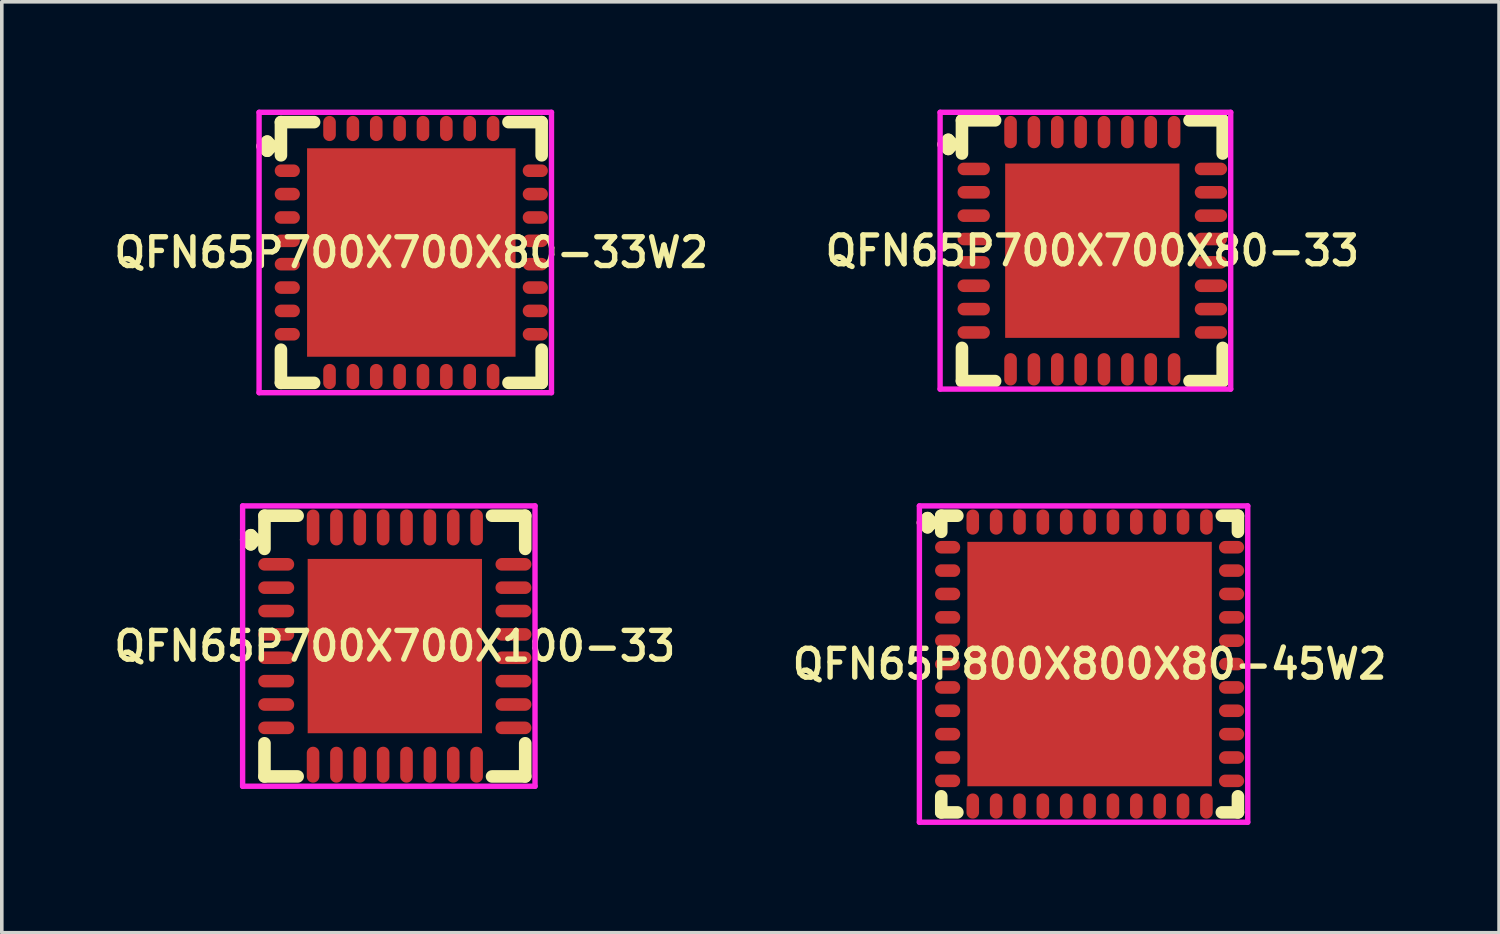
<source format=kicad_pcb>
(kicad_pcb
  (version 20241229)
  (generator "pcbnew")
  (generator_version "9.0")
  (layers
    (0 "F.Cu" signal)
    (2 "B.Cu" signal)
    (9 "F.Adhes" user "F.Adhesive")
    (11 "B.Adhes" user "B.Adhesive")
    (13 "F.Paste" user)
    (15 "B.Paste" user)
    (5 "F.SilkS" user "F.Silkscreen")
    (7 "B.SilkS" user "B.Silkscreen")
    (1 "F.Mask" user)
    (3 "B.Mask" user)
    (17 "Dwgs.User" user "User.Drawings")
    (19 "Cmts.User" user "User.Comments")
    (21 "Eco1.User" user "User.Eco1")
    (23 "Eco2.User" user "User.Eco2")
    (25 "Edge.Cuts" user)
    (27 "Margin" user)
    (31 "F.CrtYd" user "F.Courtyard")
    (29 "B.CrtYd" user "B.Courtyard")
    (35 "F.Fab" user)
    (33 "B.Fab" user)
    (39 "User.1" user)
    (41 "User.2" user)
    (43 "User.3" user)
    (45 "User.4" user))
  (footprint "QFN65P700X700X80-33W2"
    (layer "F.Cu")
    (at 8.393 3.975)
    (property "Reference" "QFN65P700X700X80-33W2" (at 0 0 0) (layer "F.SilkS") (effects (font (size 0.8 0.8) (thickness 0.15))))
    (attr through_hole)
    (fp_line (start -4.135 -2.958) (end -4.008 -3.085) (stroke (width 0.35) (type solid)) (layer "F.SilkS"))
    (fp_line (start -4.008 -3.085) (end -3.881 -2.958) (stroke (width 0.35) (type solid)) (layer "F.SilkS"))
    (fp_line (start -4.008 -2.831) (end -4.135 -2.958) (stroke (width 0.35) (type solid)) (layer "F.SilkS"))
    (fp_line (start -3.881 -2.958) (end -4.008 -2.831) (stroke (width 0.35) (type solid)) (layer "F.SilkS"))
    (fp_line (start -3.627 -3.627) (end -2.704 -3.627) (stroke (width 0.35) (type solid)) (layer "F.SilkS"))
    (fp_line (start -3.627 -2.704) (end -3.627 -3.627) (stroke (width 0.35) (type solid)) (layer "F.SilkS"))
    (fp_line (start -3.627 2.704) (end -3.627 3.627) (stroke (width 0.35) (type solid)) (layer "F.SilkS"))
    (fp_line (start -3.627 3.627) (end -2.704 3.627) (stroke (width 0.35) (type solid)) (layer "F.SilkS"))
    (fp_line (start 2.704 -3.627) (end 3.627 -3.627) (stroke (width 0.35) (type solid)) (layer "F.SilkS"))
    (fp_line (start 2.704 3.627) (end 3.627 3.627) (stroke (width 0.35) (type solid)) (layer "F.SilkS"))
    (fp_line (start 3.627 -3.627) (end 3.627 -2.704) (stroke (width 0.35) (type solid)) (layer "F.SilkS"))
    (fp_line (start 3.627 3.627) (end 3.627 2.704) (stroke (width 0.35) (type solid)) (layer "F.SilkS"))
    (fp_line (start -4.235 -3.9) (end 3.9 -3.9) (stroke (width 0.15) (type solid)) (layer "F.CrtYd"))
    (fp_line (start -4.235 3.9) (end -4.235 -3.9) (stroke (width 0.15) (type solid)) (layer "F.CrtYd"))
    (fp_line (start 3.9 -3.9) (end 3.9 3.9) (stroke (width 0.15) (type solid)) (layer "F.CrtYd"))
    (fp_line (start 3.9 3.9) (end -4.235 3.9) (stroke (width 0.15) (type solid)) (layer "F.CrtYd"))
    (pad "1" smd oval (at -3.45 -2.275) (size 0.7 0.35) (layers "F.Cu" "F.Mask" "F.Paste"))
    (pad "2" smd oval (at -3.45 -1.625) (size 0.7 0.35) (layers "F.Cu" "F.Mask" "F.Paste"))
    (pad "3" smd oval (at -3.45 -0.975) (size 0.7 0.35) (layers "F.Cu" "F.Mask" "F.Paste"))
    (pad "4" smd oval (at -3.45 -0.325) (size 0.7 0.35) (layers "F.Cu" "F.Mask" "F.Paste"))
    (pad "5" smd oval (at -3.45 0.325) (size 0.7 0.35) (layers "F.Cu" "F.Mask" "F.Paste"))
    (pad "6" smd oval (at -3.45 0.975) (size 0.7 0.35) (layers "F.Cu" "F.Mask" "F.Paste"))
    (pad "7" smd oval (at -3.45 1.625) (size 0.7 0.35) (layers "F.Cu" "F.Mask" "F.Paste"))
    (pad "8" smd oval (at -3.45 2.275) (size 0.7 0.35) (layers "F.Cu" "F.Mask" "F.Paste"))
    (pad "9" smd oval (at -2.275 3.45) (size 0.35 0.7) (layers "F.Cu" "F.Mask" "F.Paste"))
    (pad "10" smd oval (at -1.625 3.45) (size 0.35 0.7) (layers "F.Cu" "F.Mask" "F.Paste"))
    (pad "11" smd oval (at -0.975 3.45) (size 0.35 0.7) (layers "F.Cu" "F.Mask" "F.Paste"))
    (pad "12" smd oval (at -0.325 3.45) (size 0.35 0.7) (layers "F.Cu" "F.Mask" "F.Paste"))
    (pad "13" smd oval (at 0.325 3.45) (size 0.35 0.7) (layers "F.Cu" "F.Mask" "F.Paste"))
    (pad "14" smd oval (at 0.975 3.45) (size 0.35 0.7) (layers "F.Cu" "F.Mask" "F.Paste"))
    (pad "15" smd oval (at 1.625 3.45) (size 0.35 0.7) (layers "F.Cu" "F.Mask" "F.Paste"))
    (pad "16" smd oval (at 2.275 3.45) (size 0.35 0.7) (layers "F.Cu" "F.Mask" "F.Paste"))
    (pad "17" smd oval (at 3.45 2.275) (size 0.7 0.35) (layers "F.Cu" "F.Mask" "F.Paste"))
    (pad "18" smd oval (at 3.45 1.625) (size 0.7 0.35) (layers "F.Cu" "F.Mask" "F.Paste"))
    (pad "19" smd oval (at 3.45 0.975) (size 0.7 0.35) (layers "F.Cu" "F.Mask" "F.Paste"))
    (pad "20" smd oval (at 3.45 0.325) (size 0.7 0.35) (layers "F.Cu" "F.Mask" "F.Paste"))
    (pad "21" smd oval (at 3.45 -0.325) (size 0.7 0.35) (layers "F.Cu" "F.Mask" "F.Paste"))
    (pad "22" smd oval (at 3.45 -0.975) (size 0.7 0.35) (layers "F.Cu" "F.Mask" "F.Paste"))
    (pad "23" smd oval (at 3.45 -1.625) (size 0.7 0.35) (layers "F.Cu" "F.Mask" "F.Paste"))
    (pad "24" smd oval (at 3.45 -2.275) (size 0.7 0.35) (layers "F.Cu" "F.Mask" "F.Paste"))
    (pad "25" smd oval (at 2.275 -3.45) (size 0.35 0.7) (layers "F.Cu" "F.Mask" "F.Paste"))
    (pad "26" smd oval (at 1.625 -3.45) (size 0.35 0.7) (layers "F.Cu" "F.Mask" "F.Paste"))
    (pad "27" smd oval (at 0.975 -3.45) (size 0.35 0.7) (layers "F.Cu" "F.Mask" "F.Paste"))
    (pad "28" smd oval (at 0.325 -3.45) (size 0.35 0.7) (layers "F.Cu" "F.Mask" "F.Paste"))
    (pad "29" smd oval (at -0.325 -3.45) (size 0.35 0.7) (layers "F.Cu" "F.Mask" "F.Paste"))
    (pad "30" smd oval (at -0.975 -3.45) (size 0.35 0.7) (layers "F.Cu" "F.Mask" "F.Paste"))
    (pad "31" smd oval (at -1.625 -3.45) (size 0.35 0.7) (layers "F.Cu" "F.Mask" "F.Paste"))
    (pad "32" smd oval (at -2.275 -3.45) (size 0.35 0.7) (layers "F.Cu" "F.Mask" "F.Paste"))
    (pad "33" smd rect (at 0 0) (size 5.8 5.8) (layers "F.Cu" "F.Mask" "F.Paste")))
  (footprint "QFN65P800X800X80-45W2"
    (layer "F.Cu")
    (at 27.264 15.425)
    (property "Reference" "QFN65P800X800X80-45W2" (at 0 0 0) (layer "F.SilkS") (effects (font (size 0.8 0.8) (thickness 0.15))))
    (attr smd)
    (fp_line (start -4.635 -3.933) (end -4.508 -4.06) (stroke (width 0.35) (type solid)) (layer "F.SilkS"))
    (fp_line (start -4.508 -4.06) (end -4.381 -3.933) (stroke (width 0.35) (type solid)) (layer "F.SilkS"))
    (fp_line (start -4.508 -3.806) (end -4.635 -3.933) (stroke (width 0.35) (type solid)) (layer "F.SilkS"))
    (fp_line (start -4.381 -3.933) (end -4.508 -3.806) (stroke (width 0.35) (type solid)) (layer "F.SilkS"))
    (fp_line (start -4.127 -4.127) (end -3.679 -4.127) (stroke (width 0.35) (type solid)) (layer "F.SilkS"))
    (fp_line (start -4.127 -3.679) (end -4.127 -4.127) (stroke (width 0.35) (type solid)) (layer "F.SilkS"))
    (fp_line (start -4.127 3.679) (end -4.127 4.127) (stroke (width 0.35) (type solid)) (layer "F.SilkS"))
    (fp_line (start -4.127 4.127) (end -3.679 4.127) (stroke (width 0.35) (type solid)) (layer "F.SilkS"))
    (fp_line (start 3.679 -4.127) (end 4.127 -4.127) (stroke (width 0.35) (type solid)) (layer "F.SilkS"))
    (fp_line (start 3.679 4.127) (end 4.127 4.127) (stroke (width 0.35) (type solid)) (layer "F.SilkS"))
    (fp_line (start 4.127 -4.127) (end 4.127 -3.679) (stroke (width 0.35) (type solid)) (layer "F.SilkS"))
    (fp_line (start 4.127 4.127) (end 4.127 3.679) (stroke (width 0.35) (type solid)) (layer "F.SilkS"))
    (fp_line (start -4.735 -4.4) (end 4.4 -4.4) (stroke (width 0.15) (type solid)) (layer "F.CrtYd"))
    (fp_line (start -4.735 4.4) (end -4.735 -4.4) (stroke (width 0.15) (type solid)) (layer "F.CrtYd"))
    (fp_line (start 4.4 -4.4) (end 4.4 4.4) (stroke (width 0.15) (type solid)) (layer "F.CrtYd"))
    (fp_line (start 4.4 4.4) (end -4.735 4.4) (stroke (width 0.15) (type solid)) (layer "F.CrtYd"))
    (pad "1" smd oval (at -3.95 -3.25) (size 0.7 0.35) (layers "F.Cu" "F.Mask" "F.Paste"))
    (pad "2" smd oval (at -3.95 -2.6) (size 0.7 0.35) (layers "F.Cu" "F.Mask" "F.Paste"))
    (pad "3" smd oval (at -3.95 -1.95) (size 0.7 0.35) (layers "F.Cu" "F.Mask" "F.Paste"))
    (pad "4" smd oval (at -3.95 -1.3) (size 0.7 0.35) (layers "F.Cu" "F.Mask" "F.Paste"))
    (pad "5" smd oval (at -3.95 -0.65) (size 0.7 0.35) (layers "F.Cu" "F.Mask" "F.Paste"))
    (pad "6" smd oval (at -3.95 0) (size 0.7 0.35) (layers "F.Cu" "F.Mask" "F.Paste"))
    (pad "7" smd oval (at -3.95 0.65) (size 0.7 0.35) (layers "F.Cu" "F.Mask" "F.Paste"))
    (pad "8" smd oval (at -3.95 1.3) (size 0.7 0.35) (layers "F.Cu" "F.Mask" "F.Paste"))
    (pad "9" smd oval (at -3.95 1.95) (size 0.7 0.35) (layers "F.Cu" "F.Mask" "F.Paste"))
    (pad "10" smd oval (at -3.95 2.6) (size 0.7 0.35) (layers "F.Cu" "F.Mask" "F.Paste"))
    (pad "11" smd oval (at -3.95 3.25) (size 0.7 0.35) (layers "F.Cu" "F.Mask" "F.Paste"))
    (pad "12" smd oval (at -3.25 3.95) (size 0.35 0.7) (layers "F.Cu" "F.Mask" "F.Paste"))
    (pad "13" smd oval (at -2.6 3.95) (size 0.35 0.7) (layers "F.Cu" "F.Mask" "F.Paste"))
    (pad "14" smd oval (at -1.95 3.95) (size 0.35 0.7) (layers "F.Cu" "F.Mask" "F.Paste"))
    (pad "15" smd oval (at -1.3 3.95) (size 0.35 0.7) (layers "F.Cu" "F.Mask" "F.Paste"))
    (pad "16" smd oval (at -0.65 3.95) (size 0.35 0.7) (layers "F.Cu" "F.Mask" "F.Paste"))
    (pad "17" smd oval (at 0 3.95) (size 0.35 0.7) (layers "F.Cu" "F.Mask" "F.Paste"))
    (pad "18" smd oval (at 0.65 3.95) (size 0.35 0.7) (layers "F.Cu" "F.Mask" "F.Paste"))
    (pad "19" smd oval (at 1.3 3.95) (size 0.35 0.7) (layers "F.Cu" "F.Mask" "F.Paste"))
    (pad "20" smd oval (at 1.95 3.95) (size 0.35 0.7) (layers "F.Cu" "F.Mask" "F.Paste"))
    (pad "21" smd oval (at 2.6 3.95) (size 0.35 0.7) (layers "F.Cu" "F.Mask" "F.Paste"))
    (pad "22" smd oval (at 3.25 3.95) (size 0.35 0.7) (layers "F.Cu" "F.Mask" "F.Paste"))
    (pad "23" smd oval (at 3.95 3.25) (size 0.7 0.35) (layers "F.Cu" "F.Mask" "F.Paste"))
    (pad "24" smd oval (at 3.95 2.6) (size 0.7 0.35) (layers "F.Cu" "F.Mask" "F.Paste"))
    (pad "25" smd oval (at 3.95 1.95) (size 0.7 0.35) (layers "F.Cu" "F.Mask" "F.Paste"))
    (pad "26" smd oval (at 3.95 1.3) (size 0.7 0.35) (layers "F.Cu" "F.Mask" "F.Paste"))
    (pad "27" smd oval (at 3.95 0.65) (size 0.7 0.35) (layers "F.Cu" "F.Mask" "F.Paste"))
    (pad "28" smd oval (at 3.95 0) (size 0.7 0.35) (layers "F.Cu" "F.Mask" "F.Paste"))
    (pad "29" smd oval (at 3.95 -0.65) (size 0.7 0.35) (layers "F.Cu" "F.Mask" "F.Paste"))
    (pad "30" smd oval (at 3.95 -1.3) (size 0.7 0.35) (layers "F.Cu" "F.Mask" "F.Paste"))
    (pad "31" smd oval (at 3.95 -1.95) (size 0.7 0.35) (layers "F.Cu" "F.Mask" "F.Paste"))
    (pad "32" smd oval (at 3.95 -2.6) (size 0.7 0.35) (layers "F.Cu" "F.Mask" "F.Paste"))
    (pad "33" smd oval (at 3.95 -3.25) (size 0.7 0.35) (layers "F.Cu" "F.Mask" "F.Paste"))
    (pad "34" smd oval (at 3.25 -3.95) (size 0.35 0.7) (layers "F.Cu" "F.Mask" "F.Paste"))
    (pad "35" smd oval (at 2.6 -3.95) (size 0.35 0.7) (layers "F.Cu" "F.Mask" "F.Paste"))
    (pad "36" smd oval (at 1.95 -3.95) (size 0.35 0.7) (layers "F.Cu" "F.Mask" "F.Paste"))
    (pad "37" smd oval (at 1.3 -3.95) (size 0.35 0.7) (layers "F.Cu" "F.Mask" "F.Paste"))
    (pad "38" smd oval (at 0.65 -3.95) (size 0.35 0.7) (layers "F.Cu" "F.Mask" "F.Paste"))
    (pad "39" smd oval (at 0 -3.95) (size 0.35 0.7) (layers "F.Cu" "F.Mask" "F.Paste"))
    (pad "40" smd oval (at -0.65 -3.95) (size 0.35 0.7) (layers "F.Cu" "F.Mask" "F.Paste"))
    (pad "41" smd oval (at -1.3 -3.95) (size 0.35 0.7) (layers "F.Cu" "F.Mask" "F.Paste"))
    (pad "42" smd oval (at -1.95 -3.95) (size 0.35 0.7) (layers "F.Cu" "F.Mask" "F.Paste"))
    (pad "43" smd oval (at -2.6 -3.95) (size 0.35 0.7) (layers "F.Cu" "F.Mask" "F.Paste"))
    (pad "44" smd oval (at -3.25 -3.95) (size 0.35 0.7) (layers "F.Cu" "F.Mask" "F.Paste"))
    (pad "45" smd rect (at 0 0) (size 6.8 6.8) (layers "F.Cu" "F.Mask" "F.Paste")))
  (footprint "QFN65P700X700X100-33"
    (layer "F.Cu")
    (at 7.935 14.925)
    (property "Reference" "QFN65P700X700X100-33" (at 0 0 0) (layer "F.SilkS") (effects (font (size 0.8 0.8) (thickness 0.15))))
    (attr smd)
    (fp_line (start -4.135 -2.958) (end -4.008 -3.085) (stroke (width 0.35) (type solid)) (layer "F.SilkS"))
    (fp_line (start -4.008 -3.085) (end -3.881 -2.958) (stroke (width 0.35) (type solid)) (layer "F.SilkS"))
    (fp_line (start -4.008 -2.831) (end -4.135 -2.958) (stroke (width 0.35) (type solid)) (layer "F.SilkS"))
    (fp_line (start -3.881 -2.958) (end -4.008 -2.831) (stroke (width 0.35) (type solid)) (layer "F.SilkS"))
    (fp_line (start -3.627 -3.627) (end -2.704 -3.627) (stroke (width 0.35) (type solid)) (layer "F.SilkS"))
    (fp_line (start -3.627 -2.704) (end -3.627 -3.627) (stroke (width 0.35) (type solid)) (layer "F.SilkS"))
    (fp_line (start -3.627 2.704) (end -3.627 3.627) (stroke (width 0.35) (type solid)) (layer "F.SilkS"))
    (fp_line (start -3.627 3.627) (end -2.704 3.627) (stroke (width 0.35) (type solid)) (layer "F.SilkS"))
    (fp_line (start 2.704 -3.627) (end 3.627 -3.627) (stroke (width 0.35) (type solid)) (layer "F.SilkS"))
    (fp_line (start 2.704 3.627) (end 3.627 3.627) (stroke (width 0.35) (type solid)) (layer "F.SilkS"))
    (fp_line (start 3.627 -3.627) (end 3.627 -2.704) (stroke (width 0.35) (type solid)) (layer "F.SilkS"))
    (fp_line (start 3.627 3.627) (end 3.627 2.704) (stroke (width 0.35) (type solid)) (layer "F.SilkS"))
    (fp_line (start -4.235 -3.9) (end 3.9 -3.9) (stroke (width 0.15) (type solid)) (layer "F.CrtYd"))
    (fp_line (start -4.235 3.9) (end -4.235 -3.9) (stroke (width 0.15) (type solid)) (layer "F.CrtYd"))
    (fp_line (start 3.9 -3.9) (end 3.9 3.9) (stroke (width 0.15) (type solid)) (layer "F.CrtYd"))
    (fp_line (start 3.9 3.9) (end -4.235 3.9) (stroke (width 0.15) (type solid)) (layer "F.CrtYd"))
    (pad "1" smd oval (at -3.3 -2.275) (size 1 0.35) (layers "F.Cu" "F.Mask" "F.Paste"))
    (pad "2" smd oval (at -3.3 -1.625) (size 1 0.35) (layers "F.Cu" "F.Mask" "F.Paste"))
    (pad "3" smd oval (at -3.3 -0.975) (size 1 0.35) (layers "F.Cu" "F.Mask" "F.Paste"))
    (pad "4" smd oval (at -3.3 -0.325) (size 1 0.35) (layers "F.Cu" "F.Mask" "F.Paste"))
    (pad "5" smd oval (at -3.3 0.325) (size 1 0.35) (layers "F.Cu" "F.Mask" "F.Paste"))
    (pad "6" smd oval (at -3.3 0.975) (size 1 0.35) (layers "F.Cu" "F.Mask" "F.Paste"))
    (pad "7" smd oval (at -3.3 1.625) (size 1 0.35) (layers "F.Cu" "F.Mask" "F.Paste"))
    (pad "8" smd oval (at -3.3 2.275) (size 1 0.35) (layers "F.Cu" "F.Mask" "F.Paste"))
    (pad "9" smd oval (at -2.275 3.3) (size 0.35 1) (layers "F.Cu" "F.Mask" "F.Paste"))
    (pad "10" smd oval (at -1.625 3.3) (size 0.35 1) (layers "F.Cu" "F.Mask" "F.Paste"))
    (pad "11" smd oval (at -0.975 3.3) (size 0.35 1) (layers "F.Cu" "F.Mask" "F.Paste"))
    (pad "12" smd oval (at -0.325 3.3) (size 0.35 1) (layers "F.Cu" "F.Mask" "F.Paste"))
    (pad "13" smd oval (at 0.325 3.3) (size 0.35 1) (layers "F.Cu" "F.Mask" "F.Paste"))
    (pad "14" smd oval (at 0.975 3.3) (size 0.35 1) (layers "F.Cu" "F.Mask" "F.Paste"))
    (pad "15" smd oval (at 1.625 3.3) (size 0.35 1) (layers "F.Cu" "F.Mask" "F.Paste"))
    (pad "16" smd oval (at 2.275 3.3) (size 0.35 1) (layers "F.Cu" "F.Mask" "F.Paste"))
    (pad "17" smd oval (at 3.3 2.275) (size 1 0.35) (layers "F.Cu" "F.Mask" "F.Paste"))
    (pad "18" smd oval (at 3.3 1.625) (size 1 0.35) (layers "F.Cu" "F.Mask" "F.Paste"))
    (pad "19" smd oval (at 3.3 0.975) (size 1 0.35) (layers "F.Cu" "F.Mask" "F.Paste"))
    (pad "20" smd oval (at 3.3 0.325) (size 1 0.35) (layers "F.Cu" "F.Mask" "F.Paste"))
    (pad "21" smd oval (at 3.3 -0.325) (size 1 0.35) (layers "F.Cu" "F.Mask" "F.Paste"))
    (pad "22" smd oval (at 3.3 -0.975) (size 1 0.35) (layers "F.Cu" "F.Mask" "F.Paste"))
    (pad "23" smd oval (at 3.3 -1.625) (size 1 0.35) (layers "F.Cu" "F.Mask" "F.Paste"))
    (pad "24" smd oval (at 3.3 -2.275) (size 1 0.35) (layers "F.Cu" "F.Mask" "F.Paste"))
    (pad "25" smd oval (at 2.275 -3.3) (size 0.35 1) (layers "F.Cu" "F.Mask" "F.Paste"))
    (pad "26" smd oval (at 1.625 -3.3) (size 0.35 1) (layers "F.Cu" "F.Mask" "F.Paste"))
    (pad "27" smd oval (at 0.975 -3.3) (size 0.35 1) (layers "F.Cu" "F.Mask" "F.Paste"))
    (pad "28" smd oval (at 0.325 -3.3) (size 0.35 1) (layers "F.Cu" "F.Mask" "F.Paste"))
    (pad "29" smd oval (at -0.325 -3.3) (size 0.35 1) (layers "F.Cu" "F.Mask" "F.Paste"))
    (pad "30" smd oval (at -0.975 -3.3) (size 0.35 1) (layers "F.Cu" "F.Mask" "F.Paste"))
    (pad "31" smd oval (at -1.625 -3.3) (size 0.35 1) (layers "F.Cu" "F.Mask" "F.Paste"))
    (pad "32" smd oval (at -2.275 -3.3) (size 0.35 1) (layers "F.Cu" "F.Mask" "F.Paste"))
    (pad "33" smd rect (at 0 0) (size 4.85 4.85) (layers "F.Cu" "F.Mask" "F.Paste")))
  (footprint "QFN65P700X700X80-33"
    (layer "F.Cu")
    (at 27.34 3.925)
    (property "Reference" "QFN65P700X700X80-33" (at 0 0 0) (layer "F.SilkS") (effects (font (size 0.8 0.8) (thickness 0.15))))
    (attr smd)
    (fp_line (start -4.135 -2.958) (end -4.008 -3.085) (stroke (width 0.35) (type solid)) (layer "F.SilkS"))
    (fp_line (start -4.008 -3.085) (end -3.881 -2.958) (stroke (width 0.35) (type solid)) (layer "F.SilkS"))
    (fp_line (start -4.008 -2.831) (end -4.135 -2.958) (stroke (width 0.35) (type solid)) (layer "F.SilkS"))
    (fp_line (start -3.881 -2.958) (end -4.008 -2.831) (stroke (width 0.35) (type solid)) (layer "F.SilkS"))
    (fp_line (start -3.627 -3.627) (end -2.704 -3.627) (stroke (width 0.35) (type solid)) (layer "F.SilkS"))
    (fp_line (start -3.627 -2.704) (end -3.627 -3.627) (stroke (width 0.35) (type solid)) (layer "F.SilkS"))
    (fp_line (start -3.627 2.704) (end -3.627 3.627) (stroke (width 0.35) (type solid)) (layer "F.SilkS"))
    (fp_line (start -3.627 3.627) (end -2.704 3.627) (stroke (width 0.35) (type solid)) (layer "F.SilkS"))
    (fp_line (start 2.704 -3.627) (end 3.627 -3.627) (stroke (width 0.35) (type solid)) (layer "F.SilkS"))
    (fp_line (start 2.704 3.627) (end 3.627 3.627) (stroke (width 0.35) (type solid)) (layer "F.SilkS"))
    (fp_line (start 3.627 -3.627) (end 3.627 -2.704) (stroke (width 0.35) (type solid)) (layer "F.SilkS"))
    (fp_line (start 3.627 3.627) (end 3.627 2.704) (stroke (width 0.35) (type solid)) (layer "F.SilkS"))
    (fp_line (start -4.235 -3.85) (end 3.85 -3.85) (stroke (width 0.15) (type solid)) (layer "F.CrtYd"))
    (fp_line (start -4.235 3.85) (end -4.235 -3.85) (stroke (width 0.15) (type solid)) (layer "F.CrtYd"))
    (fp_line (start 3.85 -3.85) (end 3.85 3.85) (stroke (width 0.15) (type solid)) (layer "F.CrtYd"))
    (fp_line (start 3.85 3.85) (end -4.235 3.85) (stroke (width 0.15) (type solid)) (layer "F.CrtYd"))
    (pad "1" smd oval (at -3.3 -2.275) (size 0.9 0.35) (layers "F.Cu" "F.Mask" "F.Paste"))
    (pad "2" smd oval (at -3.3 -1.625) (size 0.9 0.35) (layers "F.Cu" "F.Mask" "F.Paste"))
    (pad "3" smd oval (at -3.3 -0.975) (size 0.9 0.35) (layers "F.Cu" "F.Mask" "F.Paste"))
    (pad "4" smd oval (at -3.3 -0.325) (size 0.9 0.35) (layers "F.Cu" "F.Mask" "F.Paste"))
    (pad "5" smd oval (at -3.3 0.325) (size 0.9 0.35) (layers "F.Cu" "F.Mask" "F.Paste"))
    (pad "6" smd oval (at -3.3 0.975) (size 0.9 0.35) (layers "F.Cu" "F.Mask" "F.Paste"))
    (pad "7" smd oval (at -3.3 1.625) (size 0.9 0.35) (layers "F.Cu" "F.Mask" "F.Paste"))
    (pad "8" smd oval (at -3.3 2.275) (size 0.9 0.35) (layers "F.Cu" "F.Mask" "F.Paste"))
    (pad "9" smd oval (at -2.275 3.3) (size 0.35 0.9) (layers "F.Cu" "F.Mask" "F.Paste"))
    (pad "10" smd oval (at -1.625 3.3) (size 0.35 0.9) (layers "F.Cu" "F.Mask" "F.Paste"))
    (pad "11" smd oval (at -0.975 3.3) (size 0.35 0.9) (layers "F.Cu" "F.Mask" "F.Paste"))
    (pad "12" smd oval (at -0.325 3.3) (size 0.35 0.9) (layers "F.Cu" "F.Mask" "F.Paste"))
    (pad "13" smd oval (at 0.325 3.3) (size 0.35 0.9) (layers "F.Cu" "F.Mask" "F.Paste"))
    (pad "14" smd oval (at 0.975 3.3) (size 0.35 0.9) (layers "F.Cu" "F.Mask" "F.Paste"))
    (pad "15" smd oval (at 1.625 3.3) (size 0.35 0.9) (layers "F.Cu" "F.Mask" "F.Paste"))
    (pad "16" smd oval (at 2.275 3.3) (size 0.35 0.9) (layers "F.Cu" "F.Mask" "F.Paste"))
    (pad "17" smd oval (at 3.3 2.275) (size 0.9 0.35) (layers "F.Cu" "F.Mask" "F.Paste"))
    (pad "18" smd oval (at 3.3 1.625) (size 0.9 0.35) (layers "F.Cu" "F.Mask" "F.Paste"))
    (pad "19" smd oval (at 3.3 0.975) (size 0.9 0.35) (layers "F.Cu" "F.Mask" "F.Paste"))
    (pad "20" smd oval (at 3.3 0.325) (size 0.9 0.35) (layers "F.Cu" "F.Mask" "F.Paste"))
    (pad "21" smd oval (at 3.3 -0.325) (size 0.9 0.35) (layers "F.Cu" "F.Mask" "F.Paste"))
    (pad "22" smd oval (at 3.3 -0.975) (size 0.9 0.35) (layers "F.Cu" "F.Mask" "F.Paste"))
    (pad "23" smd oval (at 3.3 -1.625) (size 0.9 0.35) (layers "F.Cu" "F.Mask" "F.Paste"))
    (pad "24" smd oval (at 3.3 -2.275) (size 0.9 0.35) (layers "F.Cu" "F.Mask" "F.Paste"))
    (pad "25" smd oval (at 2.275 -3.3) (size 0.35 0.9) (layers "F.Cu" "F.Mask" "F.Paste"))
    (pad "26" smd oval (at 1.625 -3.3) (size 0.35 0.9) (layers "F.Cu" "F.Mask" "F.Paste"))
    (pad "27" smd oval (at 0.975 -3.3) (size 0.35 0.9) (layers "F.Cu" "F.Mask" "F.Paste"))
    (pad "28" smd oval (at 0.325 -3.3) (size 0.35 0.9) (layers "F.Cu" "F.Mask" "F.Paste"))
    (pad "29" smd oval (at -0.325 -3.3) (size 0.35 0.9) (layers "F.Cu" "F.Mask" "F.Paste"))
    (pad "30" smd oval (at -0.975 -3.3) (size 0.35 0.9) (layers "F.Cu" "F.Mask" "F.Paste"))
    (pad "31" smd oval (at -1.625 -3.3) (size 0.35 0.9) (layers "F.Cu" "F.Mask" "F.Paste"))
    (pad "32" smd oval (at -2.275 -3.3) (size 0.35 0.9) (layers "F.Cu" "F.Mask" "F.Paste"))
    (pad "33" smd rect (at 0 0) (size 4.85 4.85) (layers "F.Cu" "F.Mask" "F.Paste")))
  (gr_rect
    (start -3 -3)
    (end 38.656 22.9)
    (stroke (width 0.1) (type default))
    (fill no)
    (layer "Edge.Cuts")))
</source>
